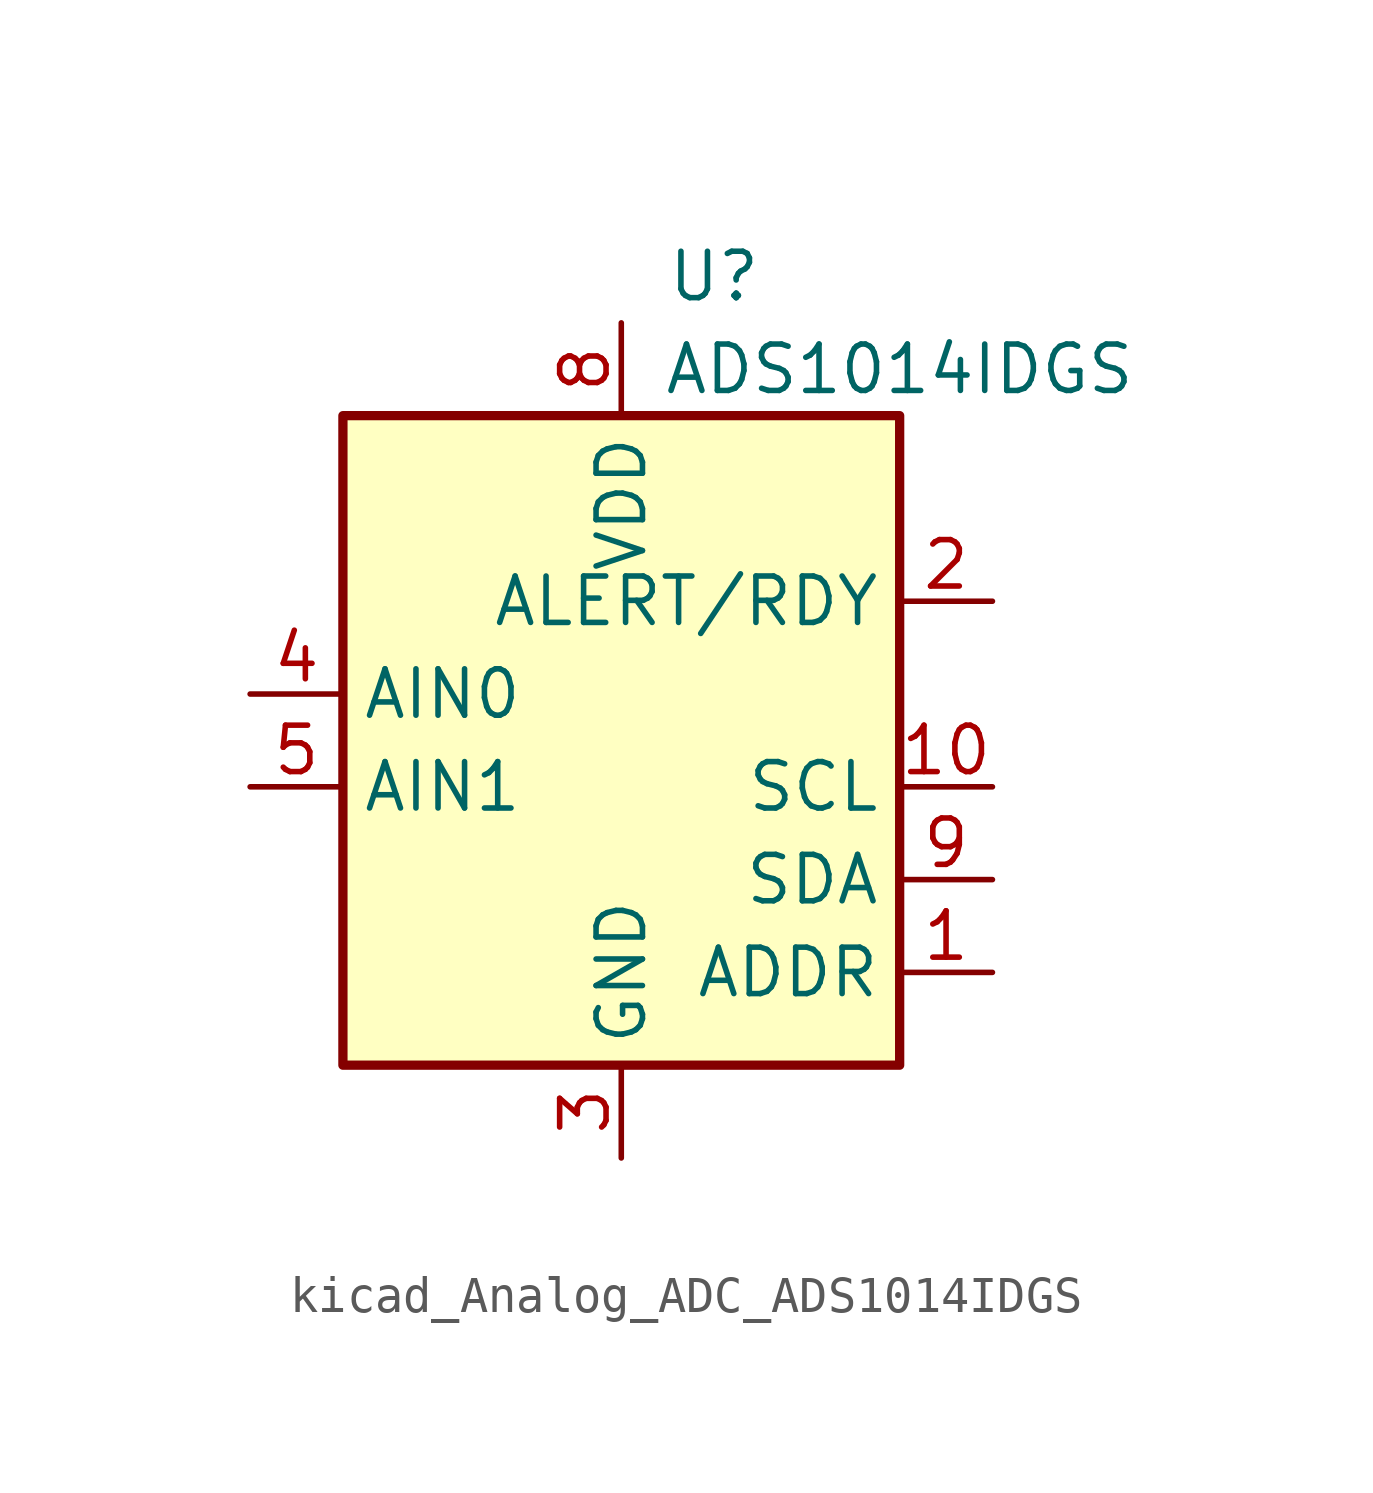
<source format=kicad_sym>
(kicad_symbol_lib
  (version 20220914)
  (generator kicad_symbol_editor)
  (symbol "kicad_Analog_ADC_ADS1014IDGS"
    (property "Reference" "U"
      (at 2.54 13.97 0)
      (effects (font (size 1.27 1.27))))
    (property "Value" "ADS1014IDGS"
      (at 7.62 11.43 0)
      (effects (font (size 1.27 1.27))))
    (symbol "kicad_Analog_ADC_ADS1014IDGS_0_1"
      (rectangle (start -7.62 10.16) (end 7.62 -7.62) (stroke (width 0.254) (type default)) (fill (type background))))
    (symbol "kicad_Analog_ADC_ADS1014IDGS_1_1"
      (pin input line (at 10.16 -5.08 180) (length 2.54) (name "ADDR" (effects (font (size 1.27 1.27)))) (number "1" (effects (font (size 1.27 1.27)))))
      (pin input line (at 10.16 0 180) (length 2.54) (name "SCL" (effects (font (size 1.27 1.27)))) (number "10" (effects (font (size 1.27 1.27)))))
      (pin output line (at 10.16 5.08 180) (length 2.54) (name "ALERT/RDY" (effects (font (size 1.27 1.27)))) (number "2" (effects (font (size 1.27 1.27)))))
      (pin power_in line (at 0 -10.16 90) (length 2.54) (name "GND" (effects (font (size 1.27 1.27)))) (number "3" (effects (font (size 1.27 1.27)))))
      (pin input line (at -10.16 2.54 0) (length 2.54) (name "AIN0" (effects (font (size 1.27 1.27)))) (number "4" (effects (font (size 1.27 1.27)))))
      (pin input line (at -10.16 0 0) (length 2.54) (name "AIN1" (effects (font (size 1.27 1.27)))) (number "5" (effects (font (size 1.27 1.27)))))
      (pin no_connect line (at -7.62 7.62 0) (length 2.54) hide (name "~" (effects (font (size 1.27 1.27)))) (number "6" (effects (font (size 1.27 1.27)))))
      (pin no_connect line (at -7.62 5.08 0) (length 2.54) hide (name "~" (effects (font (size 1.27 1.27)))) (number "7" (effects (font (size 1.27 1.27)))))
      (pin power_in line (at 0 12.7 270) (length 2.54) (name "VDD" (effects (font (size 1.27 1.27)))) (number "8" (effects (font (size 1.27 1.27)))))
      (pin bidirectional line (at 10.16 -2.54 180) (length 2.54) (name "SDA" (effects (font (size 1.27 1.27)))) (number "9" (effects (font (size 1.27 1.27))))))))
</source>
